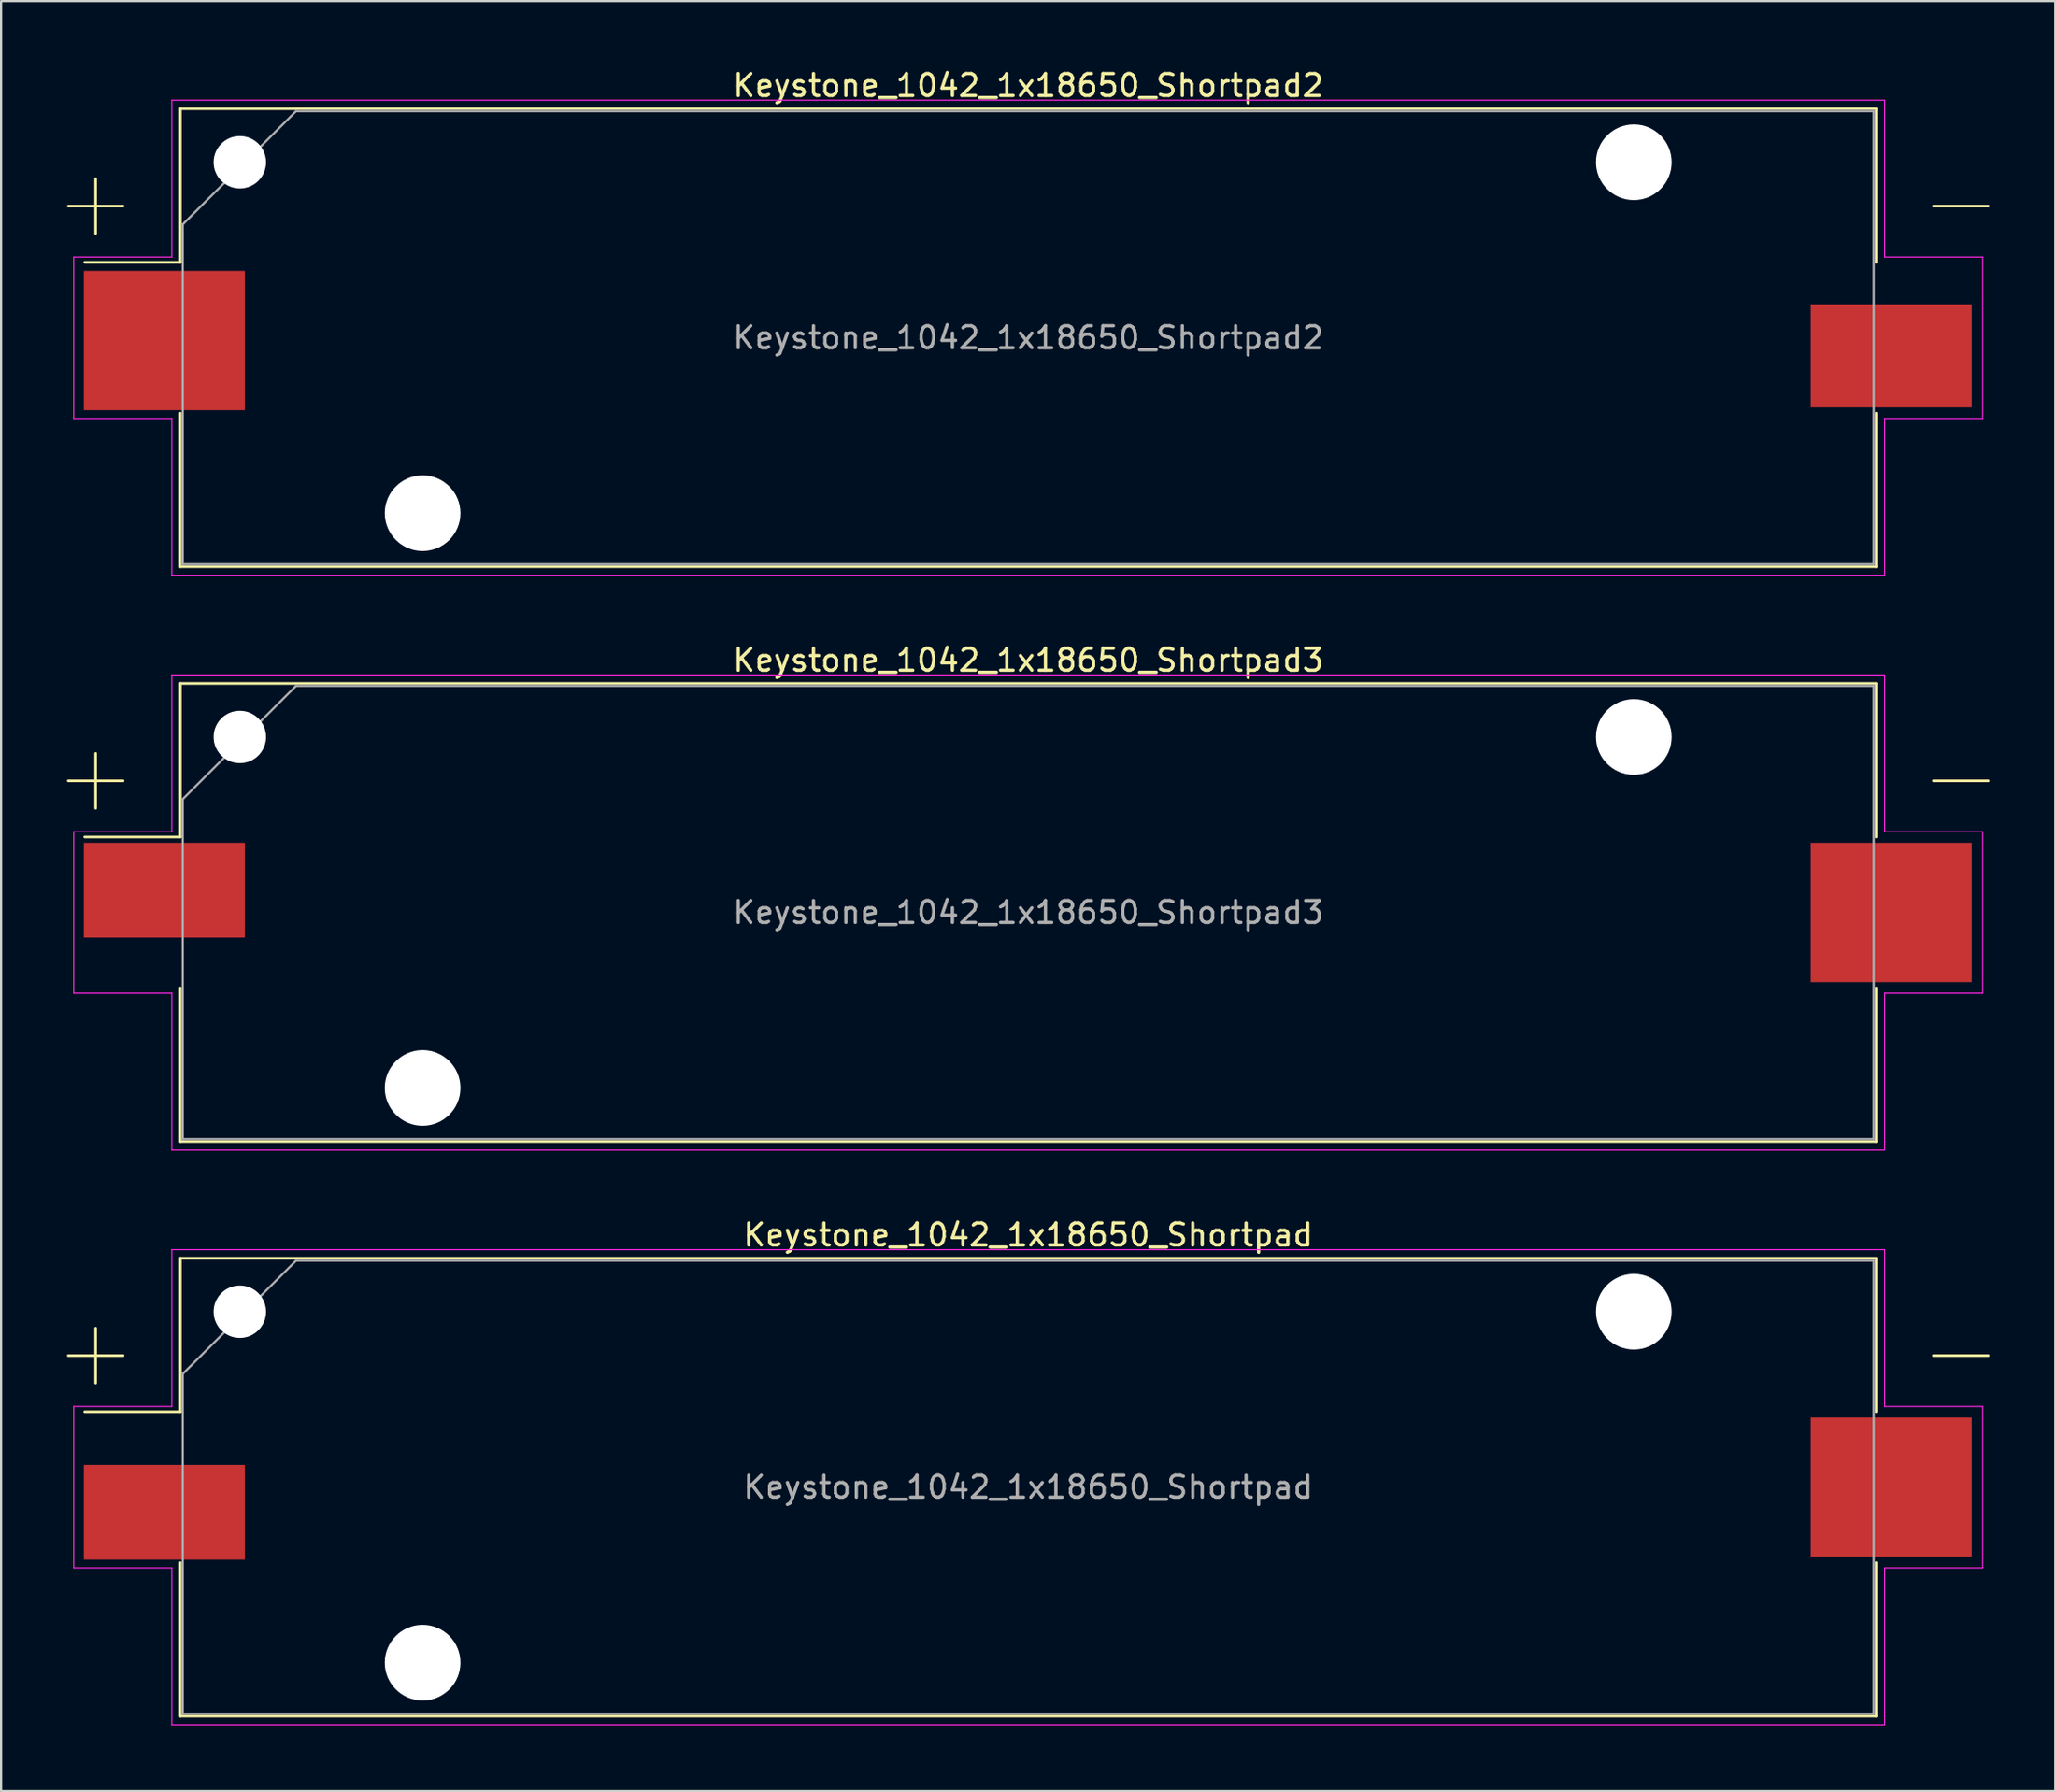
<source format=kicad_pcb>
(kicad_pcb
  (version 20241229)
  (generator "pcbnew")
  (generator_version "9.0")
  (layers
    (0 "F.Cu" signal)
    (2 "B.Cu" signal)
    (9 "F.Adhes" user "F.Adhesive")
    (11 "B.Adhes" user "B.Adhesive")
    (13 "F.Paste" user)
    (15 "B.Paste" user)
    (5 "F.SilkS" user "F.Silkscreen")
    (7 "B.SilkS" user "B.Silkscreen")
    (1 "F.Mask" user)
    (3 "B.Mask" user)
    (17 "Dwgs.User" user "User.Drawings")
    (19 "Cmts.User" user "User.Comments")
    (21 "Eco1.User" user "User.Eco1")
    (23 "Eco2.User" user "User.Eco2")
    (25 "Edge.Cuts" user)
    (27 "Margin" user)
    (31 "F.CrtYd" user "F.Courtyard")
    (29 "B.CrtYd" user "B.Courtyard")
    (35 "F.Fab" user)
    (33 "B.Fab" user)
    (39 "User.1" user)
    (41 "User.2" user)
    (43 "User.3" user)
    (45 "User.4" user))
  (footprint "Keystone_1042_1x18650_Shortpad2"
    (layer "F.Cu")
    (at 43.81 12.348)
    (property "Reference" "Keystone_1042_1x18650_Shortpad2" (at 0 -11.5 0) (layer "F.SilkS") (effects (font (size 1 1) (thickness 0.15))))
    (attr smd)
    (fp_line (start -43.75 -6) (end -41.25 -6) (stroke (width 0.12) (type solid)) (layer "F.SilkS"))
    (fp_line (start -42.5 -4.75) (end -42.5 -7.25) (stroke (width 0.12) (type solid)) (layer "F.SilkS"))
    (fp_line (start -38.64 -10.44) (end -38.64 -3.44) (stroke (width 0.12) (type solid)) (layer "F.SilkS"))
    (fp_line (start -38.64 -3.44) (end -43 -3.44) (stroke (width 0.12) (type solid)) (layer "F.SilkS"))
    (fp_line (start -38.64 10.44) (end -38.64 3.44) (stroke (width 0.12) (type solid)) (layer "F.SilkS"))
    (fp_line (start 38.64 -10.44) (end -38.64 -10.44) (stroke (width 0.12) (type solid)) (layer "F.SilkS"))
    (fp_line (start 38.64 -3.44) (end 38.64 -10.42) (stroke (width 0.12) (type solid)) (layer "F.SilkS"))
    (fp_line (start 38.64 3.44) (end 38.64 10.44) (stroke (width 0.12) (type solid)) (layer "F.SilkS"))
    (fp_line (start 38.64 10.44) (end -38.64 10.44) (stroke (width 0.12) (type solid)) (layer "F.SilkS"))
    (fp_line (start 43.75 -6) (end 41.25 -6) (stroke (width 0.12) (type solid)) (layer "F.SilkS"))
    (fp_line (start -43.5 -3.68) (end -39.03 -3.68) (stroke (width 0.05) (type solid)) (layer "F.CrtYd"))
    (fp_line (start -43.5 3.68) (end -43.5 -3.68) (stroke (width 0.05) (type solid)) (layer "F.CrtYd"))
    (fp_line (start -39.03 -10.83) (end -39.03 -3.68) (stroke (width 0.05) (type solid)) (layer "F.CrtYd"))
    (fp_line (start -39.03 -10.83) (end 39.03 -10.83) (stroke (width 0.05) (type solid)) (layer "F.CrtYd"))
    (fp_line (start -39.03 3.68) (end -43.5 3.68) (stroke (width 0.05) (type solid)) (layer "F.CrtYd"))
    (fp_line (start -39.03 10.83) (end -39.03 3.68) (stroke (width 0.05) (type solid)) (layer "F.CrtYd"))
    (fp_line (start -39.03 10.83) (end 39.03 10.83) (stroke (width 0.05) (type solid)) (layer "F.CrtYd"))
    (fp_line (start 39.03 -10.83) (end 39.03 -3.68) (stroke (width 0.05) (type solid)) (layer "F.CrtYd"))
    (fp_line (start 39.03 3.68) (end 43.5 3.68) (stroke (width 0.05) (type solid)) (layer "F.CrtYd"))
    (fp_line (start 39.03 10.83) (end 39.03 3.68) (stroke (width 0.05) (type solid)) (layer "F.CrtYd"))
    (fp_line (start 43.5 -3.68) (end 39.03 -3.68) (stroke (width 0.05) (type solid)) (layer "F.CrtYd"))
    (fp_line (start 43.5 3.68) (end 43.5 -3.68) (stroke (width 0.05) (type solid)) (layer "F.CrtYd"))
    (fp_line (start -38.53 -5.168) (end -38.53 10.33) (stroke (width 0.1) (type solid)) (layer "F.Fab"))
    (fp_line (start -38.53 10.33) (end 38.53 10.33) (stroke (width 0.1) (type solid)) (layer "F.Fab"))
    (fp_line (start -33.367 -10.33) (end -38.53 -5.168) (stroke (width 0.1) (type solid)) (layer "F.Fab"))
    (fp_line (start -33.367 -10.33) (end 38.53 -10.33) (stroke (width 0.1) (type solid)) (layer "F.Fab"))
    (fp_line (start 38.53 -10.33) (end 38.53 10.33) (stroke (width 0.1) (type solid)) (layer "F.Fab"))
    (fp_text user "${REFERENCE}" (at 0 0 0) (layer "F.Fab") (effects (font (size 1 1) (thickness 0.15))))
    (pad "" np_thru_hole circle (at -35.93 -8) (size 2.39 2.39) (drill 2.39) (layers "*.Cu" "*.Mask"))
    (pad "" np_thru_hole circle (at -27.6 8) (size 3.45 3.45) (drill 3.45) (layers "*.Cu" "*.Mask"))
    (pad "" np_thru_hole circle (at 27.6 -8) (size 3.45 3.45) (drill 3.45) (layers "*.Cu" "*.Mask"))
    (pad "1" smd rect (at -39.37 0.127) (size 7.34 6.35) (layers "F.Cu" "F.Mask" "F.Paste"))
    (pad "2" smd rect (at 39.33 0.826) (size 7.34 4.699) (layers "F.Cu" "F.Mask" "F.Paste")))
  (footprint "Keystone_1042_1x18650_Shortpad3"
    (layer "F.Cu")
    (at 43.81 38.551)
    (property "Reference" "Keystone_1042_1x18650_Shortpad3" (at 0 -11.5 0) (layer "F.SilkS") (effects (font (size 1 1) (thickness 0.15))))
    (attr smd)
    (fp_line (start -43.75 -6) (end -41.25 -6) (stroke (width 0.12) (type solid)) (layer "F.SilkS"))
    (fp_line (start -42.5 -4.75) (end -42.5 -7.25) (stroke (width 0.12) (type solid)) (layer "F.SilkS"))
    (fp_line (start -38.64 -10.44) (end -38.64 -3.44) (stroke (width 0.12) (type solid)) (layer "F.SilkS"))
    (fp_line (start -38.64 -3.44) (end -43 -3.44) (stroke (width 0.12) (type solid)) (layer "F.SilkS"))
    (fp_line (start -38.64 10.44) (end -38.64 3.44) (stroke (width 0.12) (type solid)) (layer "F.SilkS"))
    (fp_line (start 38.64 -10.44) (end -38.64 -10.44) (stroke (width 0.12) (type solid)) (layer "F.SilkS"))
    (fp_line (start 38.64 -3.44) (end 38.64 -10.42) (stroke (width 0.12) (type solid)) (layer "F.SilkS"))
    (fp_line (start 38.64 3.44) (end 38.64 10.44) (stroke (width 0.12) (type solid)) (layer "F.SilkS"))
    (fp_line (start 38.64 10.44) (end -38.64 10.44) (stroke (width 0.12) (type solid)) (layer "F.SilkS"))
    (fp_line (start 43.75 -6) (end 41.25 -6) (stroke (width 0.12) (type solid)) (layer "F.SilkS"))
    (fp_line (start -43.5 -3.68) (end -39.03 -3.68) (stroke (width 0.05) (type solid)) (layer "F.CrtYd"))
    (fp_line (start -43.5 3.68) (end -43.5 -3.68) (stroke (width 0.05) (type solid)) (layer "F.CrtYd"))
    (fp_line (start -39.03 -10.83) (end -39.03 -3.68) (stroke (width 0.05) (type solid)) (layer "F.CrtYd"))
    (fp_line (start -39.03 -10.83) (end 39.03 -10.83) (stroke (width 0.05) (type solid)) (layer "F.CrtYd"))
    (fp_line (start -39.03 3.68) (end -43.5 3.68) (stroke (width 0.05) (type solid)) (layer "F.CrtYd"))
    (fp_line (start -39.03 10.83) (end -39.03 3.68) (stroke (width 0.05) (type solid)) (layer "F.CrtYd"))
    (fp_line (start -39.03 10.83) (end 39.03 10.83) (stroke (width 0.05) (type solid)) (layer "F.CrtYd"))
    (fp_line (start 39.03 -10.83) (end 39.03 -3.68) (stroke (width 0.05) (type solid)) (layer "F.CrtYd"))
    (fp_line (start 39.03 3.68) (end 43.5 3.68) (stroke (width 0.05) (type solid)) (layer "F.CrtYd"))
    (fp_line (start 39.03 10.83) (end 39.03 3.68) (stroke (width 0.05) (type solid)) (layer "F.CrtYd"))
    (fp_line (start 43.5 -3.68) (end 39.03 -3.68) (stroke (width 0.05) (type solid)) (layer "F.CrtYd"))
    (fp_line (start 43.5 3.68) (end 43.5 -3.68) (stroke (width 0.05) (type solid)) (layer "F.CrtYd"))
    (fp_line (start -38.53 -5.168) (end -38.53 10.33) (stroke (width 0.1) (type solid)) (layer "F.Fab"))
    (fp_line (start -38.53 10.33) (end 38.53 10.33) (stroke (width 0.1) (type solid)) (layer "F.Fab"))
    (fp_line (start -33.367 -10.33) (end -38.53 -5.168) (stroke (width 0.1) (type solid)) (layer "F.Fab"))
    (fp_line (start -33.367 -10.33) (end 38.53 -10.33) (stroke (width 0.1) (type solid)) (layer "F.Fab"))
    (fp_line (start 38.53 -10.33) (end 38.53 10.33) (stroke (width 0.1) (type solid)) (layer "F.Fab"))
    (fp_text user "${REFERENCE}" (at 0 0 0) (layer "F.Fab") (effects (font (size 1 1) (thickness 0.15))))
    (pad "" np_thru_hole circle (at -35.93 -8) (size 2.39 2.39) (drill 2.39) (layers "*.Cu" "*.Mask"))
    (pad "" np_thru_hole circle (at -27.6 8) (size 3.45 3.45) (drill 3.45) (layers "*.Cu" "*.Mask"))
    (pad "" np_thru_hole circle (at 27.6 -8) (size 3.45 3.45) (drill 3.45) (layers "*.Cu" "*.Mask"))
    (pad "1" smd rect (at -39.37 -1.016) (size 7.34 4.318) (layers "F.Cu" "F.Mask" "F.Paste"))
    (pad "2" smd rect (at 39.33 0) (size 7.34 6.35) (layers "F.Cu" "F.Mask" "F.Paste")))
  (footprint "Keystone_1042_1x18650_Shortpad"
    (layer "F.Cu")
    (at 43.81 64.755)
    (property "Reference" "Keystone_1042_1x18650_Shortpad" (at 0 -11.5 0) (layer "F.SilkS") (effects (font (size 1 1) (thickness 0.15))))
    (attr smd)
    (fp_line (start -43.75 -6) (end -41.25 -6) (stroke (width 0.12) (type solid)) (layer "F.SilkS"))
    (fp_line (start -42.5 -4.75) (end -42.5 -7.25) (stroke (width 0.12) (type solid)) (layer "F.SilkS"))
    (fp_line (start -38.64 -10.44) (end -38.64 -3.44) (stroke (width 0.12) (type solid)) (layer "F.SilkS"))
    (fp_line (start -38.64 -3.44) (end -43 -3.44) (stroke (width 0.12) (type solid)) (layer "F.SilkS"))
    (fp_line (start -38.64 10.44) (end -38.64 3.44) (stroke (width 0.12) (type solid)) (layer "F.SilkS"))
    (fp_line (start 38.64 -10.44) (end -38.64 -10.44) (stroke (width 0.12) (type solid)) (layer "F.SilkS"))
    (fp_line (start 38.64 -3.44) (end 38.64 -10.42) (stroke (width 0.12) (type solid)) (layer "F.SilkS"))
    (fp_line (start 38.64 3.44) (end 38.64 10.44) (stroke (width 0.12) (type solid)) (layer "F.SilkS"))
    (fp_line (start 38.64 10.44) (end -38.64 10.44) (stroke (width 0.12) (type solid)) (layer "F.SilkS"))
    (fp_line (start 43.75 -6) (end 41.25 -6) (stroke (width 0.12) (type solid)) (layer "F.SilkS"))
    (fp_line (start -43.5 -3.68) (end -39.03 -3.68) (stroke (width 0.05) (type solid)) (layer "F.CrtYd"))
    (fp_line (start -43.5 3.68) (end -43.5 -3.68) (stroke (width 0.05) (type solid)) (layer "F.CrtYd"))
    (fp_line (start -39.03 -10.83) (end -39.03 -3.68) (stroke (width 0.05) (type solid)) (layer "F.CrtYd"))
    (fp_line (start -39.03 -10.83) (end 39.03 -10.83) (stroke (width 0.05) (type solid)) (layer "F.CrtYd"))
    (fp_line (start -39.03 3.68) (end -43.5 3.68) (stroke (width 0.05) (type solid)) (layer "F.CrtYd"))
    (fp_line (start -39.03 10.83) (end -39.03 3.68) (stroke (width 0.05) (type solid)) (layer "F.CrtYd"))
    (fp_line (start -39.03 10.83) (end 39.03 10.83) (stroke (width 0.05) (type solid)) (layer "F.CrtYd"))
    (fp_line (start 39.03 -10.83) (end 39.03 -3.68) (stroke (width 0.05) (type solid)) (layer "F.CrtYd"))
    (fp_line (start 39.03 3.68) (end 43.5 3.68) (stroke (width 0.05) (type solid)) (layer "F.CrtYd"))
    (fp_line (start 39.03 10.83) (end 39.03 3.68) (stroke (width 0.05) (type solid)) (layer "F.CrtYd"))
    (fp_line (start 43.5 -3.68) (end 39.03 -3.68) (stroke (width 0.05) (type solid)) (layer "F.CrtYd"))
    (fp_line (start 43.5 3.68) (end 43.5 -3.68) (stroke (width 0.05) (type solid)) (layer "F.CrtYd"))
    (fp_line (start -38.53 -5.168) (end -38.53 10.33) (stroke (width 0.1) (type solid)) (layer "F.Fab"))
    (fp_line (start -38.53 10.33) (end 38.53 10.33) (stroke (width 0.1) (type solid)) (layer "F.Fab"))
    (fp_line (start -33.367 -10.33) (end -38.53 -5.168) (stroke (width 0.1) (type solid)) (layer "F.Fab"))
    (fp_line (start -33.367 -10.33) (end 38.53 -10.33) (stroke (width 0.1) (type solid)) (layer "F.Fab"))
    (fp_line (start 38.53 -10.33) (end 38.53 10.33) (stroke (width 0.1) (type solid)) (layer "F.Fab"))
    (fp_text user "${REFERENCE}" (at 0 0 0) (layer "F.Fab") (effects (font (size 1 1) (thickness 0.15))))
    (pad "" np_thru_hole circle (at -35.93 -8) (size 2.39 2.39) (drill 2.39) (layers "*.Cu" "*.Mask"))
    (pad "" np_thru_hole circle (at -27.6 8) (size 3.45 3.45) (drill 3.45) (layers "*.Cu" "*.Mask"))
    (pad "" np_thru_hole circle (at 27.6 -8) (size 3.45 3.45) (drill 3.45) (layers "*.Cu" "*.Mask"))
    (pad "1" smd rect (at -39.37 1.143) (size 7.34 4.318) (layers "F.Cu" "F.Mask" "F.Paste"))
    (pad "2" smd rect (at 39.33 0) (size 7.34 6.35) (layers "F.Cu" "F.Mask" "F.Paste")))
  (gr_rect
    (start -3 -3)
    (end 90.62 78.61)
    (stroke (width 0.1) (type default))
    (fill no)
    (layer "Edge.Cuts")))
</source>
